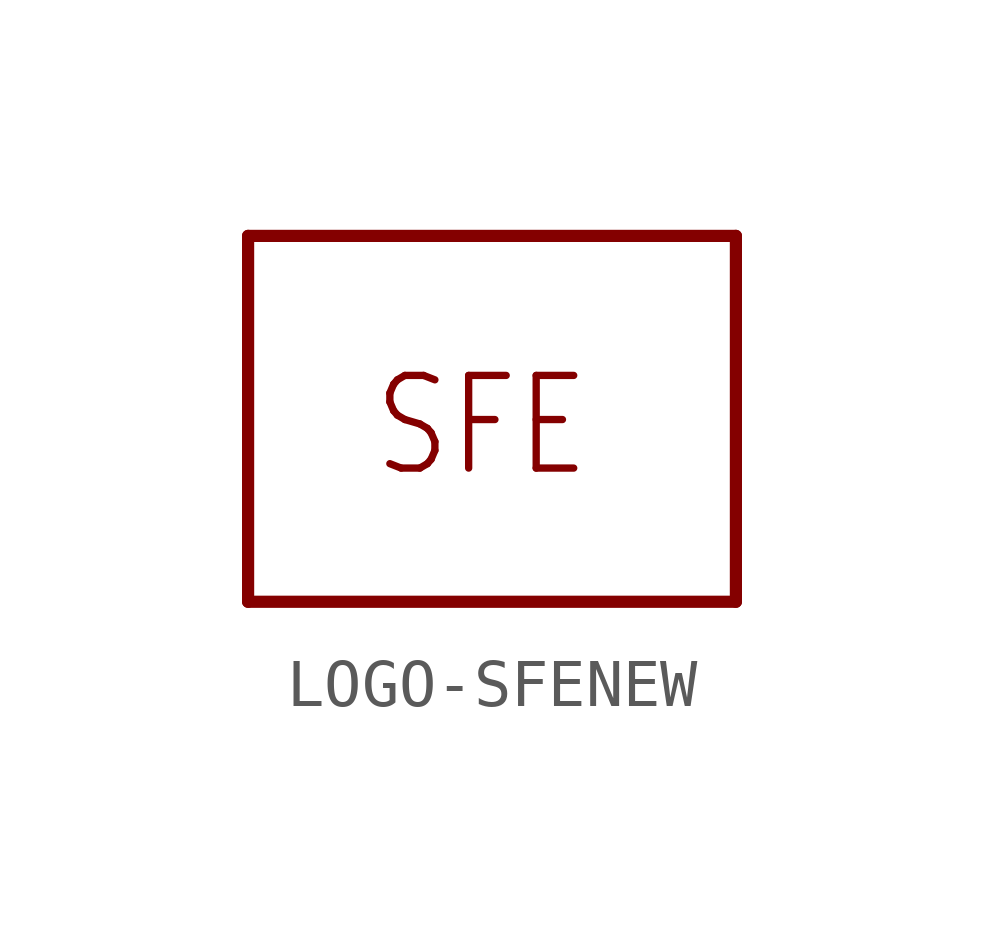
<source format=kicad_sym>
(kicad_symbol_lib
  (version 20231120)
  (generator "kicad_symbol_editor")
  (generator_version "8.0")
  (symbol "LOGO-SFENEW"
    (property "Reference" "LOGO"
      (at 0 0 0)
      (effects (font (size 1.27 1.27)) (hide yes)))
    (property "ki_locked" ""
      (at 0 0 0)
      (effects (font (size 1.27 1.27))))
    (symbol "LOGO-SFENEW_1_0"
      (polyline (pts (xy -2.54 -2.54) (xy 7.62 -2.54)) (stroke (width 0.254) (type solid)) (fill (type none)))
      (polyline (pts (xy -2.54 5.08) (xy -2.54 -2.54)) (stroke (width 0.254) (type solid)) (fill (type none)))
      (polyline (pts (xy 7.62 -2.54) (xy 7.62 5.08)) (stroke (width 0.254) (type solid)) (fill (type none)))
      (polyline (pts (xy 7.62 5.08) (xy -2.54 5.08)) (stroke (width 0.254) (type solid)) (fill (type none)))
      (text "SFE" (at 0 0 0) (effects (font (size 1.93 1.641)) (justify left bottom))))))
</source>
